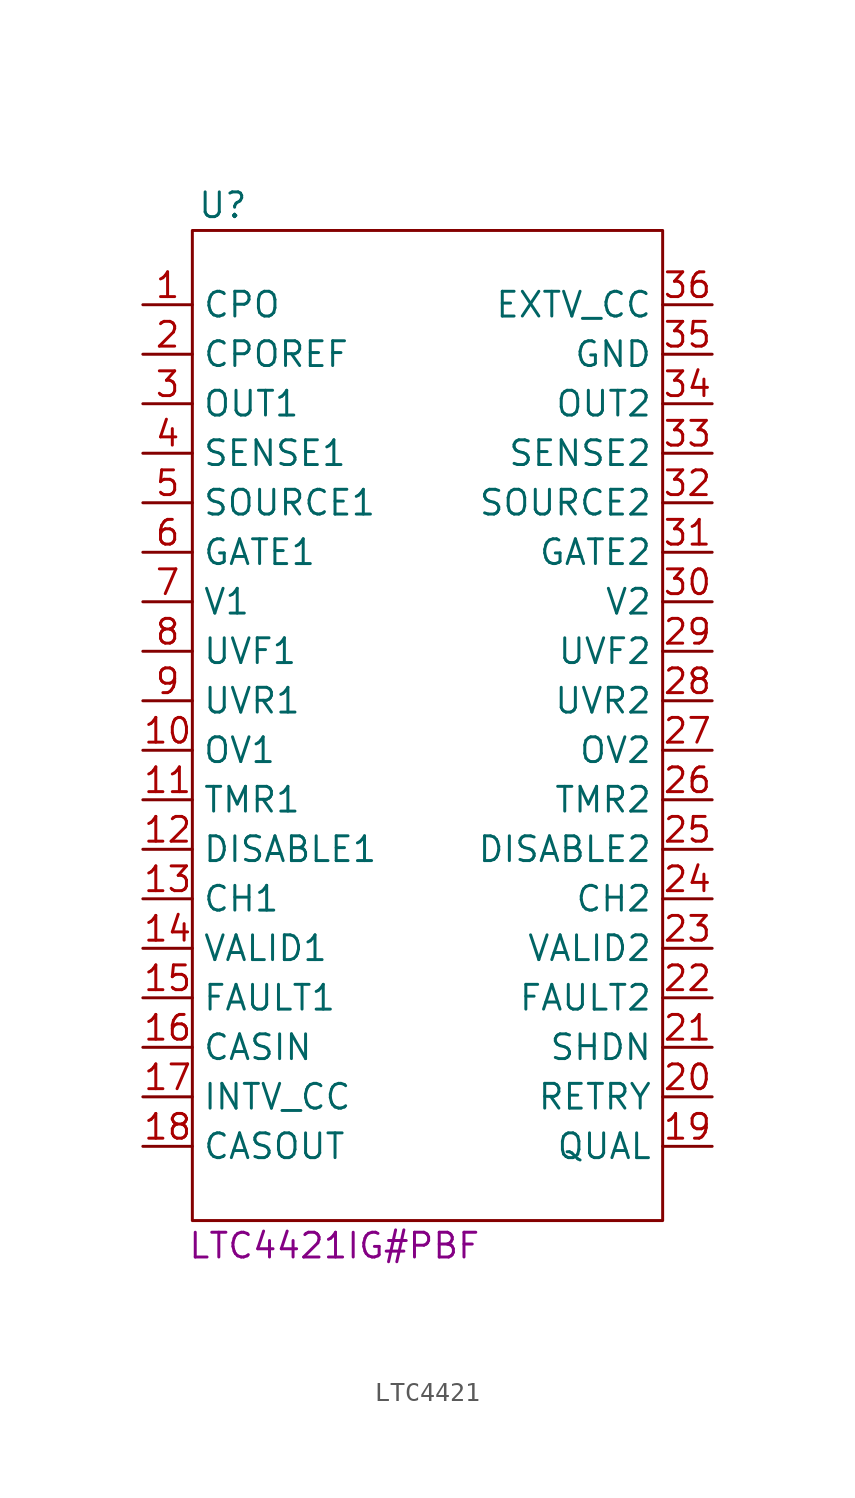
<source format=kicad_sym>
(kicad_symbol_lib
  (version 20231120)
  (generator "kicad_symbol_editor")
  (generator_version "8.0")
  (symbol "LTC4421"
    (property "Reference" "U"
      (at -12.446 27.432 0)
      (effects (font (size 1.27 1.27)) (justify left top)))
    (property "MFG PN" "LTC4421IG#PBF"
      (at -12.954 -27.432 0)
      (effects (font (size 1.27 1.27)) (justify left bottom)))
    (symbol "LTC4421_0_1"
      (rectangle (start -12.7 25.4) (end 11.43 -25.4) (stroke (width 0) (type default)) (fill (type none))))
    (symbol "LTC4421_1_1"
      (pin output line (at -15.24 21.59 0) (length 2.54) (name "CPO" (effects (font (size 1.27 1.27)))) (number "1" (effects (font (size 1.27 1.27)))))
      (pin input line (at -15.24 -1.27 0) (length 2.54) (name "OV1" (effects (font (size 1.27 1.27)))) (number "10" (effects (font (size 1.27 1.27)))))
      (pin input line (at -15.24 -3.81 0) (length 2.54) (name "TMR1" (effects (font (size 1.27 1.27)))) (number "11" (effects (font (size 1.27 1.27)))))
      (pin input line (at -15.24 -6.35 0) (length 2.54) (name "DISABLE1" (effects (font (size 1.27 1.27)))) (number "12" (effects (font (size 1.27 1.27)))))
      (pin output line (at -15.24 -8.89 0) (length 2.54) (name "CH1" (effects (font (size 1.27 1.27)))) (number "13" (effects (font (size 1.27 1.27)))))
      (pin output line (at -15.24 -11.43 0) (length 2.54) (name "VALID1" (effects (font (size 1.27 1.27)))) (number "14" (effects (font (size 1.27 1.27)))))
      (pin output line (at -15.24 -13.97 0) (length 2.54) (name "FAULT1" (effects (font (size 1.27 1.27)))) (number "15" (effects (font (size 1.27 1.27)))))
      (pin input line (at -15.24 -16.51 0) (length 2.54) (name "CASIN" (effects (font (size 1.27 1.27)))) (number "16" (effects (font (size 1.27 1.27)))))
      (pin output line (at -15.24 -19.05 0) (length 2.54) (name "INTV_CC" (effects (font (size 1.27 1.27)))) (number "17" (effects (font (size 1.27 1.27)))))
      (pin output line (at -15.24 -21.59 0) (length 2.54) (name "CASOUT" (effects (font (size 1.27 1.27)))) (number "18" (effects (font (size 1.27 1.27)))))
      (pin input line (at 13.97 -21.59 180) (length 2.54) (name "QUAL" (effects (font (size 1.27 1.27)))) (number "19" (effects (font (size 1.27 1.27)))))
      (pin input line (at -15.24 19.05 0) (length 2.54) (name "CPOREF" (effects (font (size 1.27 1.27)))) (number "2" (effects (font (size 1.27 1.27)))))
      (pin input line (at 13.97 -19.05 180) (length 2.54) (name "RETRY" (effects (font (size 1.27 1.27)))) (number "20" (effects (font (size 1.27 1.27)))))
      (pin input line (at 13.97 -16.51 180) (length 2.54) (name "SHDN" (effects (font (size 1.27 1.27)))) (number "21" (effects (font (size 1.27 1.27)))))
      (pin output line (at 13.97 -13.97 180) (length 2.54) (name "FAULT2" (effects (font (size 1.27 1.27)))) (number "22" (effects (font (size 1.27 1.27)))))
      (pin output line (at 13.97 -11.43 180) (length 2.54) (name "VALID2" (effects (font (size 1.27 1.27)))) (number "23" (effects (font (size 1.27 1.27)))))
      (pin output line (at 13.97 -8.89 180) (length 2.54) (name "CH2" (effects (font (size 1.27 1.27)))) (number "24" (effects (font (size 1.27 1.27)))))
      (pin input line (at 13.97 -6.35 180) (length 2.54) (name "DISABLE2" (effects (font (size 1.27 1.27)))) (number "25" (effects (font (size 1.27 1.27)))))
      (pin input line (at 13.97 -3.81 180) (length 2.54) (name "TMR2" (effects (font (size 1.27 1.27)))) (number "26" (effects (font (size 1.27 1.27)))))
      (pin input line (at 13.97 -1.27 180) (length 2.54) (name "OV2" (effects (font (size 1.27 1.27)))) (number "27" (effects (font (size 1.27 1.27)))))
      (pin input line (at 13.97 1.27 180) (length 2.54) (name "UVR2" (effects (font (size 1.27 1.27)))) (number "28" (effects (font (size 1.27 1.27)))))
      (pin input line (at 13.97 3.81 180) (length 2.54) (name "UVF2" (effects (font (size 1.27 1.27)))) (number "29" (effects (font (size 1.27 1.27)))))
      (pin output line (at -15.24 16.51 0) (length 2.54) (name "OUT1" (effects (font (size 1.27 1.27)))) (number "3" (effects (font (size 1.27 1.27)))))
      (pin power_in line (at 13.97 6.35 180) (length 2.54) (name "V2" (effects (font (size 1.27 1.27)))) (number "30" (effects (font (size 1.27 1.27)))))
      (pin output line (at 13.97 8.89 180) (length 2.54) (name "GATE2" (effects (font (size 1.27 1.27)))) (number "31" (effects (font (size 1.27 1.27)))))
      (pin input line (at 13.97 11.43 180) (length 2.54) (name "SOURCE2" (effects (font (size 1.27 1.27)))) (number "32" (effects (font (size 1.27 1.27)))))
      (pin input line (at 13.97 13.97 180) (length 2.54) (name "SENSE2" (effects (font (size 1.27 1.27)))) (number "33" (effects (font (size 1.27 1.27)))))
      (pin output line (at 13.97 16.51 180) (length 2.54) (name "OUT2" (effects (font (size 1.27 1.27)))) (number "34" (effects (font (size 1.27 1.27)))))
      (pin power_in line (at 13.97 19.05 180) (length 2.54) (name "GND" (effects (font (size 1.27 1.27)))) (number "35" (effects (font (size 1.27 1.27)))))
      (pin input line (at 13.97 21.59 180) (length 2.54) (name "EXTV_CC" (effects (font (size 1.27 1.27)))) (number "36" (effects (font (size 1.27 1.27)))))
      (pin input line (at -15.24 13.97 0) (length 2.54) (name "SENSE1" (effects (font (size 1.27 1.27)))) (number "4" (effects (font (size 1.27 1.27)))))
      (pin input line (at -15.24 11.43 0) (length 2.54) (name "SOURCE1" (effects (font (size 1.27 1.27)))) (number "5" (effects (font (size 1.27 1.27)))))
      (pin output line (at -15.24 8.89 0) (length 2.54) (name "GATE1" (effects (font (size 1.27 1.27)))) (number "6" (effects (font (size 1.27 1.27)))))
      (pin power_in line (at -15.24 6.35 0) (length 2.54) (name "V1" (effects (font (size 1.27 1.27)))) (number "7" (effects (font (size 1.27 1.27)))))
      (pin input line (at -15.24 3.81 0) (length 2.54) (name "UVF1" (effects (font (size 1.27 1.27)))) (number "8" (effects (font (size 1.27 1.27)))))
      (pin input line (at -15.24 1.27 0) (length 2.54) (name "UVR1" (effects (font (size 1.27 1.27)))) (number "9" (effects (font (size 1.27 1.27))))))))
</source>
